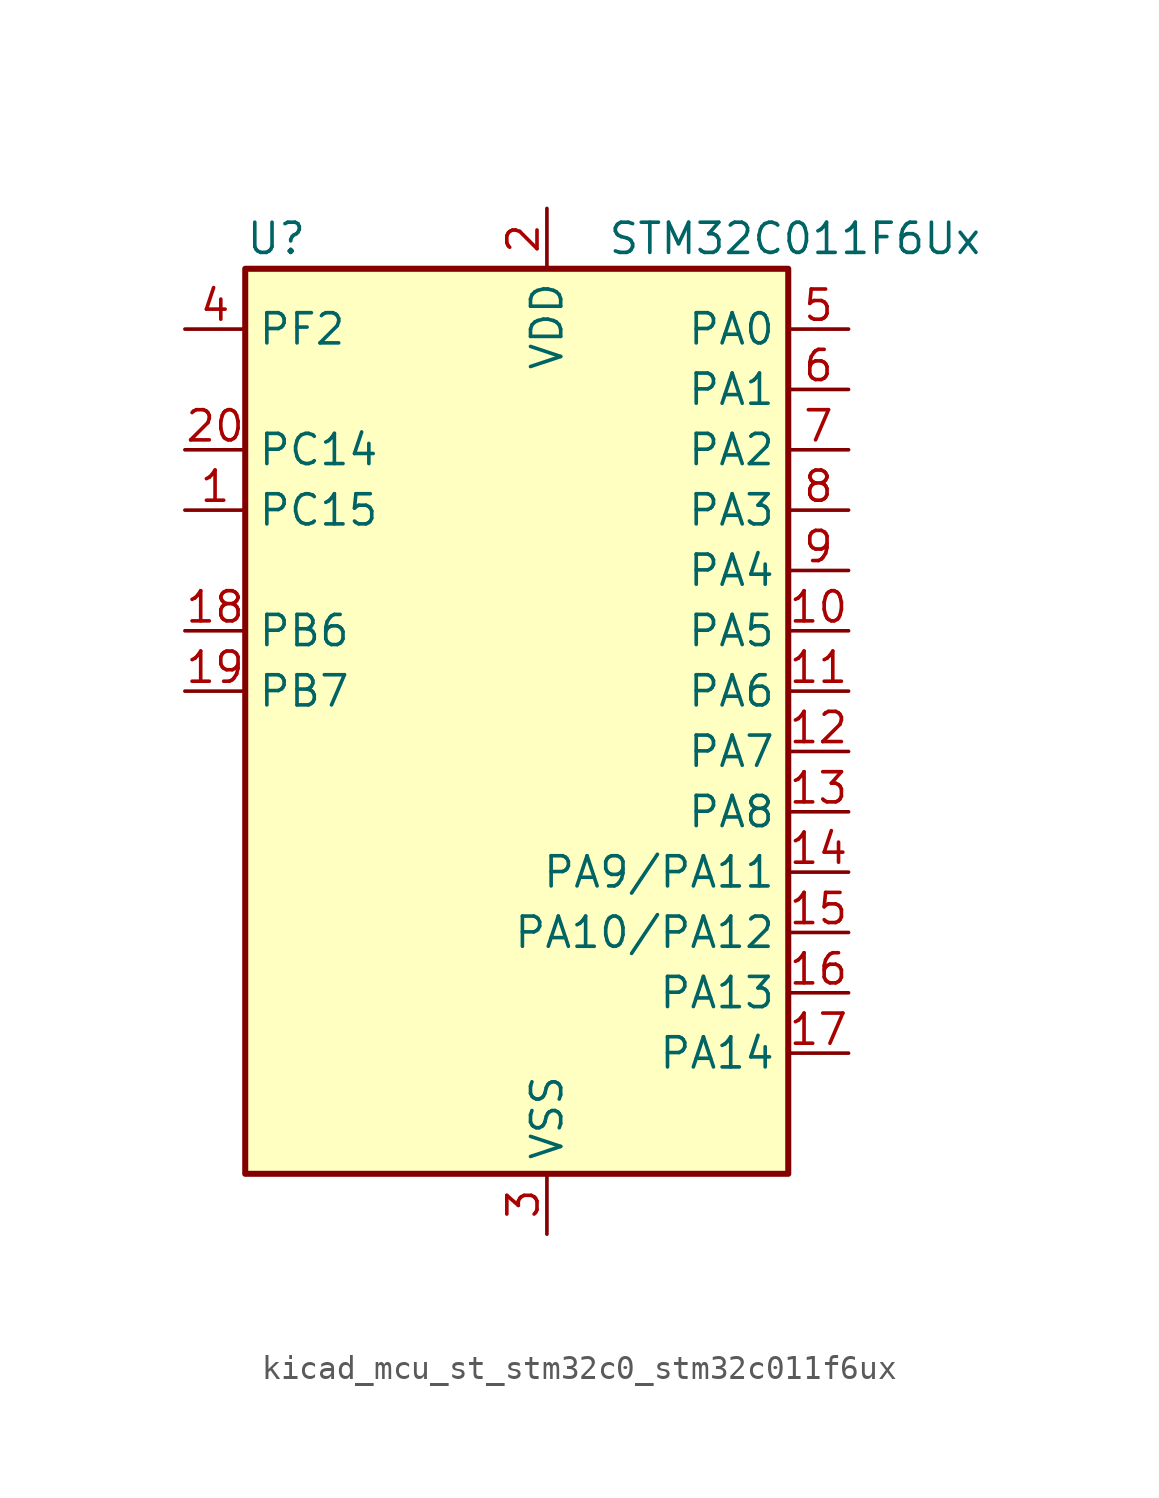
<source format=kicad_sym>
(kicad_symbol_lib
  (version 20220914)
  (generator kicad_symbol_editor)
  (symbol "kicad_mcu_st_stm32c0_stm32c011f6ux"
    (property "Reference" "U"
      (at -10.16 21.59 0)
      (effects (font (size 1.27 1.27)) (justify left)))
    (property "Value" "STM32C011F6Ux"
      (at 5.08 21.59 0)
      (effects (font (size 1.27 1.27)) (justify left)))
    (property "ki_locked" ""
      (at 0 0 0)
      (effects (font (size 1.27 1.27))))
    (symbol "kicad_mcu_st_stm32c0_stm32c011f6ux_0_1"
      (rectangle (start -10.16 -17.78) (end 12.7 20.32) (stroke (width 0.254) (type default)) (fill (type background))))
    (symbol "kicad_mcu_st_stm32c0_stm32c011f6ux_1_1"
      (pin bidirectional line (at -12.7 10.16 0) (length 2.54) (name "PC15" (effects (font (size 1.27 1.27)))) (number "1" (effects (font (size 1.27 1.27)))) (alternate "RCC_OSC32_EN" bidirectional line) (alternate "RCC_OSCX_OUT" bidirectional line) (alternate "RCC_OSC_EN" bidirectional line) (alternate "TIM1_ETR" bidirectional line) (alternate "TIM3_CH3" bidirectional line))
      (pin bidirectional line (at 15.24 5.08 180) (length 2.54) (name "PA5" (effects (font (size 1.27 1.27)))) (number "10" (effects (font (size 1.27 1.27)))) (alternate "ADC1_IN5" bidirectional line) (alternate "I2S1_CK" bidirectional line) (alternate "SPI1_SCK" bidirectional line) (alternate "TIM1_CH1" bidirectional line) (alternate "TIM1_CH3N" bidirectional line) (alternate "USART2_RX" bidirectional line))
      (pin bidirectional line (at 15.24 2.54 180) (length 2.54) (name "PA6" (effects (font (size 1.27 1.27)))) (number "11" (effects (font (size 1.27 1.27)))) (alternate "ADC1_IN6" bidirectional line) (alternate "I2S1_MCK" bidirectional line) (alternate "SPI1_MISO" bidirectional line) (alternate "TIM16_CH1" bidirectional line) (alternate "TIM1_BKIN" bidirectional line) (alternate "TIM3_CH1" bidirectional line))
      (pin bidirectional line (at 15.24 0 180) (length 2.54) (name "PA7" (effects (font (size 1.27 1.27)))) (number "12" (effects (font (size 1.27 1.27)))) (alternate "ADC1_IN7" bidirectional line) (alternate "I2S1_SD" bidirectional line) (alternate "SPI1_MOSI" bidirectional line) (alternate "TIM14_CH1" bidirectional line) (alternate "TIM17_CH1" bidirectional line) (alternate "TIM1_CH1N" bidirectional line) (alternate "TIM3_CH2" bidirectional line))
      (pin bidirectional line (at 15.24 -2.54 180) (length 2.54) (name "PA8" (effects (font (size 1.27 1.27)))) (number "13" (effects (font (size 1.27 1.27)))) (alternate "ADC1_IN8" bidirectional line) (alternate "I2S1_WS" bidirectional line) (alternate "RCC_MCO" bidirectional line) (alternate "RCC_MCO_2" bidirectional line) (alternate "SPI1_NSS" bidirectional line) (alternate "TIM14_CH1" bidirectional line) (alternate "TIM1_CH1" bidirectional line) (alternate "TIM1_CH2N" bidirectional line) (alternate "TIM1_CH3N" bidirectional line) (alternate "TIM3_CH3" bidirectional line) (alternate "TIM3_CH4" bidirectional line) (alternate "USART1_RX" bidirectional line) (alternate "USART2_TX" bidirectional line))
      (pin bidirectional line (at 15.24 -5.08 180) (length 2.54) (name "PA9/PA11" (effects (font (size 1.27 1.27)))) (number "14" (effects (font (size 1.27 1.27)))) (alternate "I2C1_SCL" bidirectional line) (alternate "RCC_MCO" bidirectional line) (alternate "TIM1_CH2" bidirectional line) (alternate "TIM3_ETR" bidirectional line) (alternate "USART1_TX" bidirectional line))
      (pin bidirectional line (at 15.24 -7.62 180) (length 2.54) (name "PA10/PA12" (effects (font (size 1.27 1.27)))) (number "15" (effects (font (size 1.27 1.27)))) (alternate "I2C1_SDA" bidirectional line) (alternate "RCC_MCO_2" bidirectional line) (alternate "TIM17_BKIN" bidirectional line) (alternate "TIM1_CH3" bidirectional line) (alternate "USART1_RX" bidirectional line))
      (pin bidirectional line (at 15.24 -10.16 180) (length 2.54) (name "PA13" (effects (font (size 1.27 1.27)))) (number "16" (effects (font (size 1.27 1.27)))) (alternate "ADC1_IN13" bidirectional line) (alternate "DEBUG_SWDIO" bidirectional line) (alternate "IR_OUT" bidirectional line) (alternate "TIM3_ETR" bidirectional line) (alternate "USART2_RX" bidirectional line))
      (pin bidirectional line (at 15.24 -12.7 180) (length 2.54) (name "PA14" (effects (font (size 1.27 1.27)))) (number "17" (effects (font (size 1.27 1.27)))) (alternate "ADC1_IN14" bidirectional line) (alternate "DEBUG_SWCLK" bidirectional line) (alternate "I2S1_WS" bidirectional line) (alternate "RCC_MCO_2" bidirectional line) (alternate "SPI1_NSS" bidirectional line) (alternate "TIM1_CH1" bidirectional line) (alternate "USART1_CK" bidirectional line) (alternate "USART1_DE" bidirectional line) (alternate "USART1_RTS" bidirectional line) (alternate "USART2_RX" bidirectional line) (alternate "USART2_TX" bidirectional line))
      (pin bidirectional line (at -12.7 5.08 0) (length 2.54) (name "PB6" (effects (font (size 1.27 1.27)))) (number "18" (effects (font (size 1.27 1.27)))) (alternate "I2C1_SCL" bidirectional line) (alternate "I2C1_SMBA" bidirectional line) (alternate "I2S1_CK" bidirectional line) (alternate "I2S1_MCK" bidirectional line) (alternate "I2S1_SD" bidirectional line) (alternate "PWR_WKUP3" bidirectional line) (alternate "SPI1_MISO" bidirectional line) (alternate "SPI1_MOSI" bidirectional line) (alternate "SPI1_SCK" bidirectional line) (alternate "TIM16_BKIN" bidirectional line) (alternate "TIM16_CH1N" bidirectional line) (alternate "TIM17_BKIN" bidirectional line) (alternate "TIM1_CH2" bidirectional line) (alternate "TIM1_CH3" bidirectional line) (alternate "TIM3_CH1" bidirectional line) (alternate "TIM3_CH2" bidirectional line) (alternate "TIM3_CH3" bidirectional line) (alternate "USART1_CK" bidirectional line) (alternate "USART1_CTS" bidirectional line) (alternate "USART1_DE" bidirectional line) (alternate "USART1_NSS" bidirectional line) (alternate "USART1_RTS" bidirectional line) (alternate "USART1_TX" bidirectional line))
      (pin bidirectional line (at -12.7 2.54 0) (length 2.54) (name "PB7" (effects (font (size 1.27 1.27)))) (number "19" (effects (font (size 1.27 1.27)))) (alternate "I2C1_SCL" bidirectional line) (alternate "I2C1_SDA" bidirectional line) (alternate "RTC_REFIN" bidirectional line) (alternate "TIM16_CH1" bidirectional line) (alternate "TIM17_CH1N" bidirectional line) (alternate "TIM1_CH4" bidirectional line) (alternate "TIM3_CH1" bidirectional line) (alternate "TIM3_CH4" bidirectional line) (alternate "USART1_RX" bidirectional line) (alternate "USART2_CTS" bidirectional line) (alternate "USART2_NSS" bidirectional line))
      (pin power_in line (at 2.54 22.86 270) (length 2.54) (name "VDD" (effects (font (size 1.27 1.27)))) (number "2" (effects (font (size 1.27 1.27)))))
      (pin bidirectional line (at -12.7 12.7 0) (length 2.54) (name "PC14" (effects (font (size 1.27 1.27)))) (number "20" (effects (font (size 1.27 1.27)))) (alternate "I2C1_SDA" bidirectional line) (alternate "IR_OUT" bidirectional line) (alternate "RCC_OSCX_IN" bidirectional line) (alternate "TIM17_CH1" bidirectional line) (alternate "TIM1_BKIN2" bidirectional line) (alternate "TIM1_ETR" bidirectional line) (alternate "TIM3_CH2" bidirectional line) (alternate "USART1_TX" bidirectional line) (alternate "USART2_CK" bidirectional line) (alternate "USART2_DE" bidirectional line) (alternate "USART2_RTS" bidirectional line))
      (pin power_in line (at 2.54 -20.32 90) (length 2.54) (name "VSS" (effects (font (size 1.27 1.27)))) (number "3" (effects (font (size 1.27 1.27)))))
      (pin bidirectional line (at -12.7 17.78 0) (length 2.54) (name "PF2" (effects (font (size 1.27 1.27)))) (number "4" (effects (font (size 1.27 1.27)))) (alternate "RCC_MCO" bidirectional line) (alternate "TIM1_CH4" bidirectional line))
      (pin bidirectional line (at 15.24 17.78 180) (length 2.54) (name "PA0" (effects (font (size 1.27 1.27)))) (number "5" (effects (font (size 1.27 1.27)))) (alternate "ADC1_IN0" bidirectional line) (alternate "PWR_WKUP1" bidirectional line) (alternate "TIM16_CH1" bidirectional line) (alternate "TIM1_CH1" bidirectional line) (alternate "USART1_TX" bidirectional line) (alternate "USART2_CTS" bidirectional line) (alternate "USART2_NSS" bidirectional line))
      (pin bidirectional line (at 15.24 15.24 180) (length 2.54) (name "PA1" (effects (font (size 1.27 1.27)))) (number "6" (effects (font (size 1.27 1.27)))) (alternate "ADC1_IN1" bidirectional line) (alternate "I2C1_SMBA" bidirectional line) (alternate "I2S1_CK" bidirectional line) (alternate "SPI1_SCK" bidirectional line) (alternate "TIM17_CH1" bidirectional line) (alternate "TIM1_CH2" bidirectional line) (alternate "USART1_RX" bidirectional line) (alternate "USART2_CK" bidirectional line) (alternate "USART2_DE" bidirectional line) (alternate "USART2_RTS" bidirectional line))
      (pin bidirectional line (at 15.24 12.7 180) (length 2.54) (name "PA2" (effects (font (size 1.27 1.27)))) (number "7" (effects (font (size 1.27 1.27)))) (alternate "ADC1_IN2" bidirectional line) (alternate "I2S1_SD" bidirectional line) (alternate "PWR_WKUP4" bidirectional line) (alternate "RCC_LSCO" bidirectional line) (alternate "SPI1_MOSI" bidirectional line) (alternate "TIM16_CH1N" bidirectional line) (alternate "TIM1_CH3" bidirectional line) (alternate "TIM3_ETR" bidirectional line) (alternate "USART2_TX" bidirectional line))
      (pin bidirectional line (at 15.24 10.16 180) (length 2.54) (name "PA3" (effects (font (size 1.27 1.27)))) (number "8" (effects (font (size 1.27 1.27)))) (alternate "ADC1_IN3" bidirectional line) (alternate "TIM1_CH1N" bidirectional line) (alternate "TIM1_CH4" bidirectional line) (alternate "USART2_RX" bidirectional line))
      (pin bidirectional line (at 15.24 7.62 180) (length 2.54) (name "PA4" (effects (font (size 1.27 1.27)))) (number "9" (effects (font (size 1.27 1.27)))) (alternate "ADC1_IN4" bidirectional line) (alternate "I2S1_WS" bidirectional line) (alternate "PWR_WKUP2" bidirectional line) (alternate "RTC_OUT1" bidirectional line) (alternate "RTC_TS" bidirectional line) (alternate "SPI1_NSS" bidirectional line) (alternate "TIM14_CH1" bidirectional line) (alternate "TIM17_CH1N" bidirectional line) (alternate "TIM1_CH2N" bidirectional line) (alternate "USART2_TX" bidirectional line)))))
</source>
